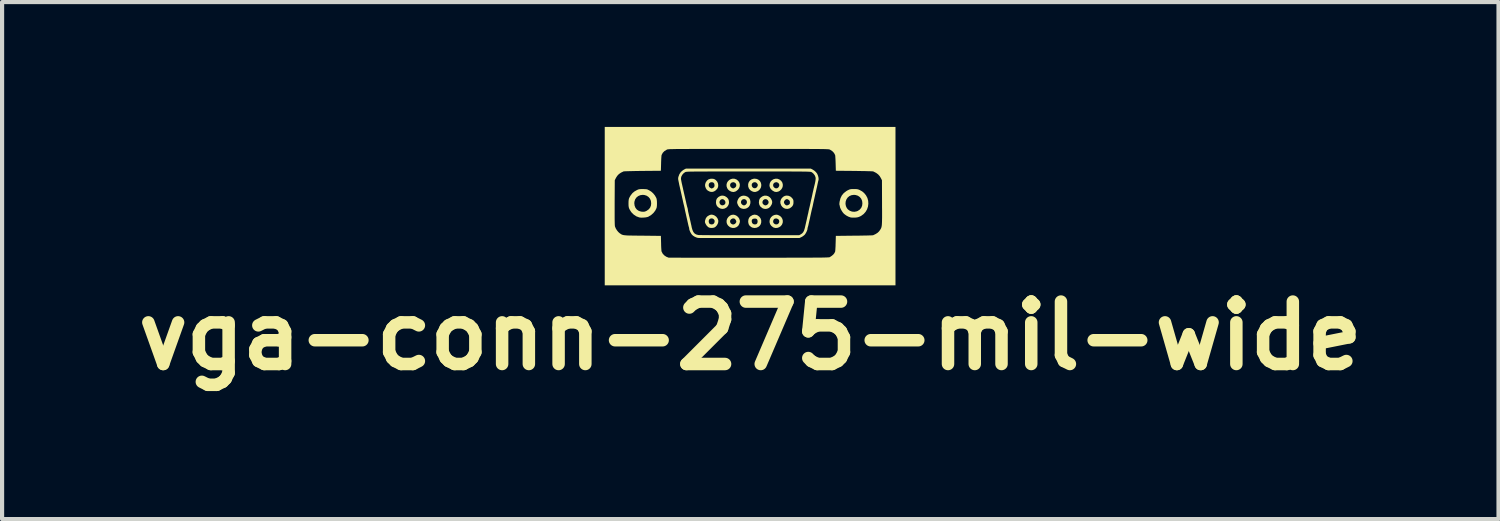
<source format=kicad_pcb>
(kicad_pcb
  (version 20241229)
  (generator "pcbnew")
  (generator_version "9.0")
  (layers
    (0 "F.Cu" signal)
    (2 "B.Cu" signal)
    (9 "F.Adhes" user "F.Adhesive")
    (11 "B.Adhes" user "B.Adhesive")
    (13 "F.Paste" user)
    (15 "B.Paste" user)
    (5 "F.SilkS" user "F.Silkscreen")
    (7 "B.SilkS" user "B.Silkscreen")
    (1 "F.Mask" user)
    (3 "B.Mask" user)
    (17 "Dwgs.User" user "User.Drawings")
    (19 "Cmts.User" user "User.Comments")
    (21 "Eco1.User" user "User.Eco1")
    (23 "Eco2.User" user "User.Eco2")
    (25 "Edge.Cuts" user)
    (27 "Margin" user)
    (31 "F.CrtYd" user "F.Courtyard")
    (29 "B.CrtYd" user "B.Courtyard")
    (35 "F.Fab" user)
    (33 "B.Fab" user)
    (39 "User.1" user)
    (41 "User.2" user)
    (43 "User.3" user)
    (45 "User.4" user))
  (footprint "vga-conn-275-mil-wide"
    (layer "F.Cu")
    (at 14.974 1.903)
    (property "Reference" "vga-conn-275-mil-wide" (at 0.005 3.115 0) (layer "F.SilkS") (effects (font (size 1.5 1.5) (thickness 0.3))))
    (attr board_only exclude_from_pos_files exclude_from_bom)
    (fp_poly (pts (xy 0.667 0.211) (xy 0.714 0.234) (xy 0.751 0.267) (xy 0.775 0.308) (xy 0.786 0.353) (xy 0.783 0.4) (xy 0.765 0.445) (xy 0.735 0.482) (xy 0.696 0.508) (xy 0.651 0.523) (xy 0.605 0.525) (xy 0.562 0.513) (xy 0.55 0.506) (xy 0.507 0.472) (xy 0.479 0.431) (xy 0.467 0.384) (xy 0.468 0.364) (xy 0.553 0.364) (xy 0.556 0.392) (xy 0.572 0.416) (xy 0.598 0.434) (xy 0.627 0.44) (xy 0.66 0.434) (xy 0.676 0.423) (xy 0.696 0.394) (xy 0.701 0.363) (xy 0.693 0.334) (xy 0.673 0.312) (xy 0.643 0.298) (xy 0.623 0.296) (xy 0.591 0.301) (xy 0.569 0.318) (xy 0.556 0.348) (xy 0.553 0.364) (xy 0.468 0.364) (xy 0.471 0.334) (xy 0.481 0.302) (xy 0.506 0.263) (xy 0.541 0.232) (xy 0.583 0.213) (xy 0.627 0.205)) (stroke (width 0) (type solid)) (fill yes) (layer "F.SilkS"))
    (fp_poly (pts (xy -0.606 -0.241) (xy -0.561 -0.212) (xy -0.549 -0.2) (xy -0.527 -0.174) (xy -0.514 -0.143) (xy -0.508 -0.102) (xy -0.508 -0.075) (xy -0.514 -0.046) (xy -0.529 -0.013) (xy -0.551 0.017) (xy -0.566 0.032) (xy -0.61 0.057) (xy -0.657 0.067) (xy -0.705 0.061) (xy -0.745 0.043) (xy -0.784 0.012) (xy -0.809 -0.026) (xy -0.82 -0.073) (xy -0.82 -0.089) (xy -0.737 -0.089) (xy -0.727 -0.057) (xy -0.714 -0.039) (xy -0.686 -0.021) (xy -0.656 -0.019) (xy -0.627 -0.029) (xy -0.603 -0.05) (xy -0.593 -0.077) (xy -0.595 -0.108) (xy -0.611 -0.138) (xy -0.617 -0.144) (xy -0.646 -0.165) (xy -0.676 -0.168) (xy -0.706 -0.155) (xy -0.713 -0.148) (xy -0.732 -0.121) (xy -0.737 -0.089) (xy -0.82 -0.089) (xy -0.82 -0.095) (xy -0.815 -0.143) (xy -0.798 -0.182) (xy -0.766 -0.215) (xy -0.746 -0.229) (xy -0.7 -0.25) (xy -0.653 -0.253)) (stroke (width 0) (type solid)) (fill yes) (layer "F.SilkS"))
    (fp_poly (pts (xy -0.363 0.213) (xy -0.323 0.233) (xy -0.289 0.262) (xy -0.263 0.299) (xy -0.248 0.341) (xy -0.245 0.367) (xy -0.25 0.396) (xy -0.262 0.431) (xy -0.279 0.463) (xy -0.292 0.479) (xy -0.332 0.508) (xy -0.378 0.523) (xy -0.427 0.524) (xy -0.474 0.51) (xy -0.491 0.5) (xy -0.53 0.467) (xy -0.555 0.428) (xy -0.566 0.384) (xy -0.565 0.372) (xy -0.482 0.372) (xy -0.472 0.402) (xy -0.46 0.418) (xy -0.43 0.437) (xy -0.399 0.441) (xy -0.368 0.429) (xy -0.352 0.414) (xy -0.336 0.392) (xy -0.331 0.374) (xy -0.336 0.352) (xy -0.344 0.335) (xy -0.365 0.307) (xy -0.392 0.295) (xy -0.426 0.298) (xy -0.429 0.299) (xy -0.459 0.317) (xy -0.478 0.343) (xy -0.482 0.372) (xy -0.565 0.372) (xy -0.564 0.34) (xy -0.549 0.298) (xy -0.522 0.26) (xy -0.484 0.228) (xy -0.446 0.211) (xy -0.405 0.205)) (stroke (width 0) (type solid)) (fill yes) (layer "F.SilkS"))
    (fp_poly (pts (xy 0.16 -0.653) (xy 0.201 -0.634) (xy 0.233 -0.605) (xy 0.255 -0.569) (xy 0.267 -0.528) (xy 0.268 -0.486) (xy 0.258 -0.444) (xy 0.236 -0.406) (xy 0.202 -0.373) (xy 0.174 -0.356) (xy 0.129 -0.341) (xy 0.088 -0.342) (xy 0.044 -0.357) (xy 0.001 -0.386) (xy -0.03 -0.426) (xy -0.046 -0.473) (xy -0.047 -0.521) (xy 0.039 -0.521) (xy 0.04 -0.488) (xy 0.047 -0.47) (xy 0.067 -0.444) (xy 0.094 -0.431) (xy 0.123 -0.43) (xy 0.15 -0.442) (xy 0.171 -0.466) (xy 0.173 -0.469) (xy 0.184 -0.497) (xy 0.184 -0.518) (xy 0.173 -0.539) (xy 0.164 -0.549) (xy 0.144 -0.568) (xy 0.122 -0.574) (xy 0.111 -0.575) (xy 0.076 -0.568) (xy 0.052 -0.549) (xy 0.039 -0.521) (xy -0.047 -0.521) (xy -0.047 -0.526) (xy -0.047 -0.53) (xy -0.032 -0.577) (xy -0.004 -0.616) (xy 0.035 -0.643) (xy 0.083 -0.658) (xy 0.11 -0.66)) (stroke (width 0) (type solid)) (fill yes) (layer "F.SilkS"))
    (fp_poly (pts (xy 0.431 -0.24) (xy 0.47 -0.215) (xy 0.501 -0.18) (xy 0.523 -0.136) (xy 0.53 -0.107) (xy 0.53 -0.08) (xy 0.521 -0.048) (xy 0.513 -0.031) (xy 0.485 0.013) (xy 0.449 0.045) (xy 0.406 0.063) (xy 0.36 0.068) (xy 0.314 0.058) (xy 0.291 0.047) (xy 0.25 0.014) (xy 0.223 -0.028) (xy 0.212 -0.076) (xy 0.211 -0.088) (xy 0.212 -0.092) (xy 0.296 -0.092) (xy 0.3 -0.067) (xy 0.313 -0.047) (xy 0.322 -0.039) (xy 0.35 -0.021) (xy 0.376 -0.018) (xy 0.405 -0.029) (xy 0.43 -0.051) (xy 0.444 -0.079) (xy 0.442 -0.111) (xy 0.44 -0.118) (xy 0.421 -0.147) (xy 0.395 -0.164) (xy 0.366 -0.168) (xy 0.339 -0.162) (xy 0.315 -0.144) (xy 0.3 -0.117) (xy 0.296 -0.092) (xy 0.212 -0.092) (xy 0.216 -0.138) (xy 0.23 -0.177) (xy 0.257 -0.208) (xy 0.298 -0.236) (xy 0.342 -0.252) (xy 0.387 -0.252)) (stroke (width 0) (type solid)) (fill yes) (layer "F.SilkS"))
    (fp_poly (pts (xy 0.151 0.211) (xy 0.178 0.222) (xy 0.221 0.254) (xy 0.251 0.294) (xy 0.267 0.34) (xy 0.267 0.391) (xy 0.267 0.392) (xy 0.254 0.437) (xy 0.23 0.473) (xy 0.197 0.5) (xy 0.15 0.52) (xy 0.1 0.525) (xy 0.051 0.515) (xy 0.028 0.503) (xy -0.011 0.472) (xy -0.035 0.434) (xy -0.045 0.386) (xy -0.046 0.368) (xy -0.046 0.368) (xy 0.039 0.368) (xy 0.046 0.398) (xy 0.059 0.418) (xy 0.085 0.435) (xy 0.118 0.44) (xy 0.15 0.433) (xy 0.152 0.432) (xy 0.17 0.413) (xy 0.179 0.386) (xy 0.18 0.356) (xy 0.172 0.327) (xy 0.156 0.307) (xy 0.155 0.307) (xy 0.13 0.299) (xy 0.099 0.299) (xy 0.07 0.306) (xy 0.052 0.317) (xy 0.04 0.339) (xy 0.039 0.368) (xy -0.046 0.368) (xy -0.04 0.317) (xy -0.023 0.278) (xy 0.006 0.246) (xy 0.011 0.243) (xy 0.058 0.215) (xy 0.105 0.204)) (stroke (width 0) (type solid)) (fill yes) (layer "F.SilkS"))
    (fp_poly (pts (xy -0.375 -0.658) (xy -0.33 -0.641) (xy -0.321 -0.636) (xy -0.283 -0.603) (xy -0.258 -0.563) (xy -0.247 -0.52) (xy -0.25 -0.476) (xy -0.265 -0.433) (xy -0.293 -0.394) (xy -0.333 -0.362) (xy -0.358 -0.349) (xy -0.4 -0.339) (xy -0.445 -0.346) (xy -0.469 -0.356) (xy -0.505 -0.377) (xy -0.531 -0.401) (xy -0.551 -0.433) (xy -0.566 -0.479) (xy -0.566 -0.498) (xy -0.481 -0.498) (xy -0.473 -0.47) (xy -0.453 -0.446) (xy -0.433 -0.435) (xy -0.417 -0.427) (xy -0.409 -0.424) (xy -0.402 -0.426) (xy -0.384 -0.433) (xy -0.379 -0.435) (xy -0.351 -0.454) (xy -0.336 -0.48) (xy -0.332 -0.508) (xy -0.34 -0.536) (xy -0.358 -0.558) (xy -0.385 -0.572) (xy -0.406 -0.575) (xy -0.44 -0.568) (xy -0.464 -0.551) (xy -0.478 -0.526) (xy -0.481 -0.498) (xy -0.566 -0.498) (xy -0.566 -0.523) (xy -0.554 -0.564) (xy -0.531 -0.6) (xy -0.499 -0.629) (xy -0.461 -0.65) (xy -0.419 -0.66)) (stroke (width 0) (type solid)) (fill yes) (layer "F.SilkS"))
    (fp_poly (pts (xy 0.655 -0.658) (xy 0.701 -0.642) (xy 0.707 -0.638) (xy 0.747 -0.607) (xy 0.773 -0.568) (xy 0.785 -0.525) (xy 0.785 -0.481) (xy 0.772 -0.438) (xy 0.746 -0.399) (xy 0.709 -0.366) (xy 0.678 -0.35) (xy 0.636 -0.34) (xy 0.595 -0.344) (xy 0.577 -0.351) (xy 0.53 -0.379) (xy 0.494 -0.416) (xy 0.472 -0.459) (xy 0.467 -0.488) (xy 0.554 -0.488) (xy 0.559 -0.473) (xy 0.573 -0.453) (xy 0.595 -0.436) (xy 0.619 -0.427) (xy 0.633 -0.428) (xy 0.649 -0.431) (xy 0.652 -0.431) (xy 0.663 -0.437) (xy 0.679 -0.451) (xy 0.681 -0.454) (xy 0.698 -0.482) (xy 0.701 -0.513) (xy 0.691 -0.54) (xy 0.67 -0.562) (xy 0.64 -0.574) (xy 0.626 -0.575) (xy 0.593 -0.568) (xy 0.568 -0.549) (xy 0.554 -0.521) (xy 0.554 -0.488) (xy 0.467 -0.488) (xy 0.465 -0.502) (xy 0.473 -0.55) (xy 0.494 -0.591) (xy 0.525 -0.624) (xy 0.564 -0.647) (xy 0.609 -0.659)) (stroke (width 0) (type solid)) (fill yes) (layer "F.SilkS"))
    (fp_poly (pts (xy -0.12 -0.249) (xy -0.07 -0.231) (xy -0.048 -0.217) (xy -0.019 -0.188) (xy 0.000198 -0.149) (xy 0.008 -0.104) (xy 0.004 -0.059) (xy -0.011 -0.015) (xy -0.038 0.022) (xy -0.038 0.022) (xy -0.076 0.049) (xy -0.121 0.064) (xy -0.168 0.066) (xy -0.213 0.054) (xy -0.221 0.051) (xy -0.256 0.026) (xy -0.283 -0.009) (xy -0.301 -0.048) (xy -0.31 -0.075) (xy -0.311 -0.088) (xy -0.22 -0.088) (xy -0.211 -0.059) (xy -0.194 -0.039) (xy -0.172 -0.025) (xy -0.151 -0.017) (xy -0.148 -0.017) (xy -0.129 -0.022) (xy -0.106 -0.035) (xy -0.102 -0.039) (xy -0.082 -0.065) (xy -0.076 -0.094) (xy -0.081 -0.124) (xy -0.097 -0.148) (xy -0.123 -0.165) (xy -0.148 -0.169) (xy -0.18 -0.162) (xy -0.203 -0.143) (xy -0.217 -0.117) (xy -0.22 -0.088) (xy -0.311 -0.088) (xy -0.311 -0.098) (xy -0.306 -0.125) (xy -0.306 -0.126) (xy -0.284 -0.176) (xy -0.253 -0.215) (xy -0.214 -0.24) (xy -0.169 -0.252)) (stroke (width 0) (type solid)) (fill yes) (layer "F.SilkS"))
    (fp_poly (pts (xy -0.89 -0.657) (xy -0.862 -0.65) (xy -0.835 -0.634) (xy -0.819 -0.621) (xy -0.791 -0.589) (xy -0.773 -0.548) (xy -0.766 -0.504) (xy -0.77 -0.46) (xy -0.787 -0.422) (xy -0.787 -0.422) (xy -0.825 -0.38) (xy -0.867 -0.353) (xy -0.911 -0.341) (xy -0.957 -0.345) (xy -0.985 -0.356) (xy -1.021 -0.376) (xy -1.045 -0.399) (xy -1.064 -0.43) (xy -1.067 -0.437) (xy -1.082 -0.483) (xy -1.081 -0.522) (xy -0.994 -0.522) (xy -0.994 -0.485) (xy -0.98 -0.456) (xy -0.954 -0.436) (xy -0.954 -0.436) (xy -0.935 -0.428) (xy -0.925 -0.423) (xy -0.924 -0.423) (xy -0.916 -0.426) (xy -0.899 -0.433) (xy -0.899 -0.433) (xy -0.872 -0.45) (xy -0.858 -0.473) (xy -0.855 -0.503) (xy -0.861 -0.538) (xy -0.879 -0.562) (xy -0.908 -0.574) (xy -0.922 -0.575) (xy -0.957 -0.569) (xy -0.982 -0.55) (xy -0.994 -0.522) (xy -1.081 -0.522) (xy -1.081 -0.526) (xy -1.066 -0.571) (xy -1.065 -0.572) (xy -1.036 -0.615) (xy -0.999 -0.643) (xy -0.954 -0.657) (xy -0.926 -0.659)) (stroke (width 0) (type solid)) (fill yes) (layer "F.SilkS"))
    (fp_poly (pts (xy -0.879 0.214) (xy -0.856 0.224) (xy -0.815 0.253) (xy -0.784 0.293) (xy -0.765 0.341) (xy -0.765 0.344) (xy -0.765 0.383) (xy -0.778 0.425) (xy -0.801 0.464) (xy -0.832 0.497) (xy -0.855 0.512) (xy -0.877 0.519) (xy -0.907 0.523) (xy -0.928 0.524) (xy -0.962 0.522) (xy -0.989 0.514) (xy -1.011 0.501) (xy -1.045 0.467) (xy -1.067 0.431) (xy -1.08 0.404) (xy -1.085 0.384) (xy -1.085 0.365) (xy -1.085 0.365) (xy -0.995 0.365) (xy -0.99 0.395) (xy -0.978 0.42) (xy -0.97 0.427) (xy -0.942 0.438) (xy -0.911 0.439) (xy -0.883 0.429) (xy -0.874 0.421) (xy -0.855 0.389) (xy -0.852 0.356) (xy -0.859 0.334) (xy -0.879 0.31) (xy -0.905 0.297) (xy -0.935 0.295) (xy -0.963 0.304) (xy -0.984 0.323) (xy -0.99 0.336) (xy -0.995 0.365) (xy -1.085 0.365) (xy -1.08 0.338) (xy -1.079 0.335) (xy -1.061 0.286) (xy -1.031 0.249) (xy -0.987 0.221) (xy -0.983 0.219) (xy -0.946 0.206) (xy -0.914 0.205)) (stroke (width 0) (type solid)) (fill yes) (layer "F.SilkS"))
    (fp_poly (pts (xy 0.93 -0.247) (xy 0.973 -0.227) (xy 1.01 -0.192) (xy 1.011 -0.191) (xy 1.028 -0.168) (xy 1.037 -0.149) (xy 1.041 -0.127) (xy 1.042 -0.099) (xy 1.04 -0.058) (xy 1.031 -0.026) (xy 1.014 0.001) (xy 0.995 0.021) (xy 0.953 0.052) (xy 0.906 0.066) (xy 0.857 0.064) (xy 0.815 0.05) (xy 0.777 0.022) (xy 0.747 -0.017) (xy 0.729 -0.066) (xy 0.728 -0.067) (xy 0.727 -0.093) (xy 0.812 -0.093) (xy 0.819 -0.068) (xy 0.836 -0.043) (xy 0.858 -0.024) (xy 0.881 -0.017) (xy 0.901 -0.021) (xy 0.925 -0.032) (xy 0.928 -0.034) (xy 0.946 -0.047) (xy 0.954 -0.061) (xy 0.956 -0.085) (xy 0.956 -0.088) (xy 0.954 -0.115) (xy 0.945 -0.133) (xy 0.93 -0.147) (xy 0.908 -0.162) (xy 0.886 -0.169) (xy 0.883 -0.169) (xy 0.858 -0.162) (xy 0.835 -0.143) (xy 0.818 -0.118) (xy 0.812 -0.093) (xy 0.727 -0.093) (xy 0.726 -0.113) (xy 0.739 -0.156) (xy 0.763 -0.195) (xy 0.797 -0.226) (xy 0.837 -0.247) (xy 0.88 -0.254)) (stroke (width 0) (type solid)) (fill yes) (layer "F.SilkS"))
    (fp_poly (pts (xy 2.537 -0.41) (xy 2.567 -0.408) (xy 2.591 -0.403) (xy 2.613 -0.396) (xy 2.633 -0.387) (xy 2.693 -0.354) (xy 2.741 -0.313) (xy 2.782 -0.263) (xy 2.783 -0.262) (xy 2.818 -0.197) (xy 2.837 -0.128) (xy 2.841 -0.058) (xy 2.832 0.011) (xy 2.81 0.077) (xy 2.775 0.137) (xy 2.728 0.19) (xy 2.669 0.233) (xy 2.643 0.247) (xy 2.609 0.261) (xy 2.579 0.269) (xy 2.544 0.274) (xy 2.514 0.276) (xy 2.476 0.276) (xy 2.442 0.275) (xy 2.417 0.272) (xy 2.413 0.271) (xy 2.362 0.253) (xy 2.31 0.225) (xy 2.264 0.191) (xy 2.248 0.176) (xy 2.224 0.147) (xy 2.201 0.112) (xy 2.18 0.075) (xy 2.165 0.041) (xy 2.157 0.014) (xy 2.157 0.009) (xy 2.153 -0.014) (xy 2.148 -0.025) (xy 2.145 -0.043) (xy 2.145 -0.054) (xy 2.292 -0.054) (xy 2.302 -0.001) (xy 2.324 0.047) (xy 2.35 0.079) (xy 2.396 0.112) (xy 2.448 0.131) (xy 2.504 0.136) (xy 2.559 0.126) (xy 2.587 0.115) (xy 2.636 0.082) (xy 2.671 0.039) (xy 2.692 -0.013) (xy 2.698 -0.069) (xy 2.691 -0.127) (xy 2.669 -0.178) (xy 2.635 -0.219) (xy 2.59 -0.25) (xy 2.536 -0.267) (xy 2.495 -0.271) (xy 2.436 -0.263) (xy 2.385 -0.241) (xy 2.343 -0.205) (xy 2.313 -0.16) (xy 2.296 -0.109) (xy 2.292 -0.054) (xy 2.145 -0.054) (xy 2.146 -0.074) (xy 2.151 -0.112) (xy 2.171 -0.19) (xy 2.204 -0.257) (xy 2.251 -0.314) (xy 2.312 -0.361) (xy 2.346 -0.381) (xy 2.374 -0.394) (xy 2.396 -0.403) (xy 2.418 -0.407) (xy 2.445 -0.41) (xy 2.482 -0.41) (xy 2.494 -0.41)) (stroke (width 0) (type solid)) (fill yes) (layer "F.SilkS"))
    (fp_poly (pts (xy -2.54 -0.409) (xy -2.505 -0.407) (xy -2.479 -0.404) (xy -2.469 -0.401) (xy -2.445 -0.389) (xy -2.428 -0.381) (xy -2.377 -0.35) (xy -2.328 -0.306) (xy -2.287 -0.255) (xy -2.256 -0.2) (xy -2.249 -0.182) (xy -2.243 -0.152) (xy -2.239 -0.111) (xy -2.238 -0.065) (xy -2.239 -0.019) (xy -2.243 0.021) (xy -2.249 0.047) (xy -2.278 0.106) (xy -2.32 0.161) (xy -2.375 0.211) (xy -2.44 0.251) (xy -2.442 0.253) (xy -2.472 0.263) (xy -2.513 0.271) (xy -2.56 0.275) (xy -2.606 0.277) (xy -2.647 0.274) (xy -2.667 0.27) (xy -2.734 0.245) (xy -2.795 0.205) (xy -2.848 0.153) (xy -2.866 0.128) (xy -2.89 0.09) (xy -2.906 0.058) (xy -2.916 0.027) (xy -2.921 -0.01) (xy -2.922 -0.056) (xy -2.922 -0.068) (xy -2.922 -0.069) (xy -2.783 -0.069) (xy -2.775 -0.009) (xy -2.754 0.042) (xy -2.72 0.084) (xy -2.675 0.114) (xy -2.621 0.131) (xy -2.581 0.135) (xy -2.545 0.134) (xy -2.518 0.127) (xy -2.489 0.114) (xy -2.482 0.11) (xy -2.434 0.075) (xy -2.401 0.033) (xy -2.382 -0.017) (xy -2.377 -0.068) (xy -2.384 -0.127) (xy -2.406 -0.178) (xy -2.44 -0.219) (xy -2.485 -0.25) (xy -2.539 -0.267) (xy -2.58 -0.271) (xy -2.639 -0.263) (xy -2.69 -0.241) (xy -2.731 -0.208) (xy -2.762 -0.163) (xy -2.779 -0.11) (xy -2.783 -0.069) (xy -2.922 -0.069) (xy -2.921 -0.117) (xy -2.917 -0.155) (xy -2.909 -0.187) (xy -2.894 -0.218) (xy -2.872 -0.255) (xy -2.866 -0.263) (xy -2.826 -0.314) (xy -2.777 -0.354) (xy -2.718 -0.387) (xy -2.693 -0.398) (xy -2.671 -0.405) (xy -2.646 -0.408) (xy -2.614 -0.41) (xy -2.579 -0.41)) (stroke (width 0) (type solid)) (fill yes) (layer "F.SilkS"))
    (fp_poly (pts (xy 3.493 0) (xy 3.493 1.903) (xy 0 1.903) (xy -3.493 1.903) (xy -3.493 0.137) (xy -3.255 0.137) (xy -3.255 0.225) (xy -3.255 0.299) (xy -3.254 0.359) (xy -3.253 0.407) (xy -3.252 0.443) (xy -3.25 0.469) (xy -3.248 0.486) (xy -3.247 0.489) (xy -3.229 0.534) (xy -3.201 0.58) (xy -3.167 0.622) (xy -3.133 0.652) (xy -3.116 0.663) (xy -3.101 0.673) (xy -3.086 0.682) (xy -3.07 0.688) (xy -3.051 0.694) (xy -3.027 0.698) (xy -2.998 0.701) (xy -2.962 0.704) (xy -2.916 0.706) (xy -2.86 0.707) (xy -2.792 0.708) (xy -2.711 0.709) (xy -2.615 0.71) (xy -2.584 0.71) (xy -2.144 0.715) (xy -2.139 0.892) (xy -2.138 0.947) (xy -2.136 0.996) (xy -2.133 1.039) (xy -2.131 1.07) (xy -2.128 1.089) (xy -2.127 1.091) (xy -2.102 1.14) (xy -2.064 1.182) (xy -2.016 1.215) (xy -1.962 1.237) (xy -1.958 1.238) (xy -1.948 1.238) (xy -1.922 1.238) (xy -1.881 1.239) (xy -1.824 1.239) (xy -1.754 1.239) (xy -1.671 1.239) (xy -1.576 1.24) (xy -1.469 1.24) (xy -1.351 1.24) (xy -1.223 1.24) (xy -1.086 1.24) (xy -0.94 1.24) (xy -0.787 1.24) (xy -0.626 1.24) (xy -0.459 1.24) (xy -0.287 1.24) (xy -0.11 1.24) (xy -0.025 1.24) (xy 0.189 1.24) (xy 0.388 1.24) (xy 0.571 1.24) (xy 0.738 1.24) (xy 0.892 1.239) (xy 1.032 1.239) (xy 1.158 1.239) (xy 1.272 1.239) (xy 1.374 1.238) (xy 1.465 1.238) (xy 1.546 1.237) (xy 1.616 1.237) (xy 1.677 1.236) (xy 1.729 1.236) (xy 1.773 1.235) (xy 1.81 1.234) (xy 1.84 1.233) (xy 1.864 1.232) (xy 1.882 1.231) (xy 1.896 1.23) (xy 1.905 1.229) (xy 1.91 1.227) (xy 1.912 1.227) (xy 1.961 1.195) (xy 1.997 1.165) (xy 2.022 1.134) (xy 2.04 1.1) (xy 2.043 1.091) (xy 2.045 1.076) (xy 2.048 1.048) (xy 2.05 1.008) (xy 2.053 0.96) (xy 2.054 0.906) (xy 2.055 0.892) (xy 2.06 0.715) (xy 2.499 0.71) (xy 2.585 0.71) (xy 2.665 0.708) (xy 2.739 0.707) (xy 2.805 0.706) (xy 2.861 0.704) (xy 2.905 0.703) (xy 2.937 0.701) (xy 2.954 0.7) (xy 2.956 0.699) (xy 3.015 0.671) (xy 3.061 0.642) (xy 3.096 0.609) (xy 3.117 0.581) (xy 3.128 0.564) (xy 3.137 0.55) (xy 3.145 0.535) (xy 3.151 0.52) (xy 3.157 0.502) (xy 3.161 0.48) (xy 3.165 0.454) (xy 3.167 0.421) (xy 3.169 0.38) (xy 3.17 0.33) (xy 3.171 0.27) (xy 3.171 0.198) (xy 3.171 0.113) (xy 3.17 0.013) (xy 3.17 -0.082) (xy 3.168 -0.622) (xy 3.143 -0.672) (xy 3.113 -0.722) (xy 3.076 -0.763) (xy 3.029 -0.798) (xy 2.969 -0.829) (xy 2.956 -0.834) (xy 2.945 -0.836) (xy 2.918 -0.837) (xy 2.877 -0.839) (xy 2.825 -0.84) (xy 2.762 -0.842) (xy 2.691 -0.843) (xy 2.613 -0.844) (xy 2.529 -0.846) (xy 2.499 -0.846) (xy 2.06 -0.85) (xy 2.055 -1.028) (xy 2.053 -1.082) (xy 2.051 -1.132) (xy 2.048 -1.174) (xy 2.046 -1.206) (xy 2.043 -1.224) (xy 2.043 -1.226) (xy 2.016 -1.278) (xy 1.975 -1.321) (xy 1.92 -1.356) (xy 1.916 -1.358) (xy 1.912 -1.36) (xy 1.907 -1.362) (xy 1.901 -1.363) (xy 1.892 -1.365) (xy 1.881 -1.366) (xy 1.866 -1.367) (xy 1.847 -1.368) (xy 1.824 -1.369) (xy 1.795 -1.37) (xy 1.76 -1.371) (xy 1.718 -1.371) (xy 1.669 -1.372) (xy 1.612 -1.372) (xy 1.546 -1.373) (xy 1.471 -1.373) (xy 1.386 -1.374) (xy 1.29 -1.374) (xy 1.183 -1.374) (xy 1.064 -1.374) (xy 0.932 -1.374) (xy 0.786 -1.374) (xy 0.627 -1.374) (xy 0.453 -1.374) (xy 0.264 -1.374) (xy 0.059 -1.374) (xy -0.042 -1.374) (xy -0.255 -1.374) (xy -0.452 -1.374) (xy -0.632 -1.374) (xy -0.798 -1.374) (xy -0.95 -1.374) (xy -1.088 -1.374) (xy -1.213 -1.374) (xy -1.326 -1.374) (xy -1.427 -1.374) (xy -1.517 -1.373) (xy -1.597 -1.373) (xy -1.667 -1.373) (xy -1.728 -1.372) (xy -1.781 -1.372) (xy -1.826 -1.371) (xy -1.864 -1.37) (xy -1.896 -1.369) (xy -1.922 -1.369) (xy -1.943 -1.368) (xy -1.959 -1.366) (xy -1.972 -1.365) (xy -1.981 -1.364) (xy -1.989 -1.362) (xy -1.994 -1.361) (xy -1.999 -1.359) (xy -2 -1.358) (xy -2.057 -1.324) (xy -2.099 -1.281) (xy -2.126 -1.23) (xy -2.127 -1.226) (xy -2.13 -1.212) (xy -2.132 -1.183) (xy -2.135 -1.143) (xy -2.137 -1.095) (xy -2.139 -1.042) (xy -2.139 -1.028) (xy -2.144 -0.85) (xy -2.584 -0.846) (xy -2.669 -0.845) (xy -2.749 -0.844) (xy -2.823 -0.842) (xy -2.889 -0.841) (xy -2.945 -0.839) (xy -2.99 -0.838) (xy -3.022 -0.836) (xy -3.039 -0.835) (xy -3.041 -0.834) (xy -3.104 -0.804) (xy -3.153 -0.77) (xy -3.191 -0.73) (xy -3.222 -0.682) (xy -3.227 -0.672) (xy -3.252 -0.622) (xy -3.255 -0.085) (xy -3.255 0.034) (xy -3.255 0.137) (xy -3.493 0.137) (xy -3.493 0) (xy -3.493 -1.903) (xy 0 -1.903) (xy 3.493 -1.903)) (stroke (width 0) (type solid)) (fill yes) (layer "F.SilkS"))
    (fp_poly (pts (xy 1.497 -0.882) (xy 1.54 -0.855) (xy 1.579 -0.82) (xy 1.609 -0.782) (xy 1.615 -0.77) (xy 1.632 -0.729) (xy 1.643 -0.686) (xy 1.646 -0.647) (xy 1.643 -0.624) (xy 1.636 -0.6) (xy 1.629 -0.568) (xy 1.624 -0.546) (xy 1.617 -0.512) (xy 1.608 -0.47) (xy 1.599 -0.429) (xy 1.597 -0.423) (xy 1.589 -0.385) (xy 1.581 -0.349) (xy 1.574 -0.322) (xy 1.573 -0.317) (xy 1.559 -0.253) (xy 1.542 -0.178) (xy 1.535 -0.149) (xy 1.527 -0.112) (xy 1.519 -0.076) (xy 1.514 -0.052) (xy 1.508 -0.022) (xy 1.5 0.015) (xy 1.493 0.042) (xy 1.48 0.094) (xy 1.469 0.143) (xy 1.457 0.197) (xy 1.454 0.211) (xy 1.447 0.243) (xy 1.439 0.283) (xy 1.43 0.323) (xy 1.429 0.326) (xy 1.42 0.365) (xy 1.411 0.405) (xy 1.404 0.438) (xy 1.404 0.44) (xy 1.397 0.47) (xy 1.39 0.495) (xy 1.386 0.506) (xy 1.38 0.53) (xy 1.379 0.546) (xy 1.374 0.571) (xy 1.361 0.605) (xy 1.343 0.641) (xy 1.323 0.673) (xy 1.312 0.687) (xy 1.288 0.708) (xy 1.258 0.73) (xy 1.236 0.742) (xy 1.188 0.765) (xy -0.017 0.766) (xy -0.159 0.766) (xy -0.296 0.766) (xy -0.429 0.766) (xy -0.555 0.766) (xy -0.673 0.766) (xy -0.784 0.766) (xy -0.885 0.766) (xy -0.976 0.766) (xy -1.056 0.766) (xy -1.123 0.765) (xy -1.178 0.765) (xy -1.218 0.765) (xy -1.243 0.764) (xy -1.252 0.764) (xy -1.289 0.754) (xy -1.331 0.736) (xy -1.37 0.711) (xy -1.397 0.687) (xy -1.417 0.659) (xy -1.437 0.624) (xy -1.452 0.589) (xy -1.462 0.558) (xy -1.463 0.546) (xy -1.466 0.521) (xy -1.471 0.506) (xy -1.477 0.486) (xy -1.484 0.458) (xy -1.487 0.444) (xy -1.494 0.412) (xy -1.503 0.374) (xy -1.509 0.345) (xy -1.525 0.277) (xy -1.537 0.222) (xy -1.547 0.178) (xy -1.555 0.143) (xy -1.562 0.112) (xy -1.568 0.083) (xy -1.573 0.055) (xy -1.58 0.024) (xy -1.586 -0.004) (xy -1.59 -0.017) (xy -1.595 -0.037) (xy -1.602 -0.066) (xy -1.606 -0.085) (xy -1.614 -0.119) (xy -1.621 -0.153) (xy -1.624 -0.167) (xy -1.632 -0.2) (xy -1.639 -0.235) (xy -1.641 -0.241) (xy -1.648 -0.275) (xy -1.656 -0.309) (xy -1.657 -0.315) (xy -1.663 -0.341) (xy -1.671 -0.376) (xy -1.68 -0.414) (xy -1.682 -0.423) (xy -1.69 -0.459) (xy -1.698 -0.492) (xy -1.703 -0.516) (xy -1.704 -0.52) (xy -1.708 -0.542) (xy -1.714 -0.572) (xy -1.721 -0.604) (xy -1.728 -0.641) (xy -1.729 -0.663) (xy -1.661 -0.663) (xy -1.66 -0.645) (xy -1.656 -0.621) (xy -1.65 -0.589) (xy -1.641 -0.545) (xy -1.633 -0.512) (xy -1.628 -0.488) (xy -1.62 -0.454) (xy -1.611 -0.415) (xy -1.608 -0.398) (xy -1.598 -0.355) (xy -1.588 -0.31) (xy -1.579 -0.272) (xy -1.577 -0.262) (xy -1.565 -0.212) (xy -1.556 -0.171) (xy -1.547 -0.132) (xy -1.537 -0.089) (xy -1.531 -0.059) (xy -1.522 -0.022) (xy -1.514 0.01) (xy -1.507 0.034) (xy -1.505 0.041) (xy -1.499 0.064) (xy -1.497 0.079) (xy -1.495 0.097) (xy -1.489 0.131) (xy -1.478 0.179) (xy -1.464 0.241) (xy -1.454 0.279) (xy -1.449 0.302) (xy -1.441 0.337) (xy -1.431 0.381) (xy -1.421 0.428) (xy -1.41 0.475) (xy -1.403 0.512) (xy -1.385 0.574) (xy -1.363 0.622) (xy -1.334 0.657) (xy -1.297 0.68) (xy -1.25 0.693) (xy -1.243 0.694) (xy -1.23 0.695) (xy -1.202 0.695) (xy -1.158 0.696) (xy -1.1 0.697) (xy -1.03 0.697) (xy -0.947 0.698) (xy -0.854 0.698) (xy -0.75 0.698) (xy -0.638 0.699) (xy -0.518 0.699) (xy -0.39 0.699) (xy -0.257 0.699) (xy -0.119 0.699) (xy -0.013 0.699) (xy 1.18 0.698) (xy 1.215 0.679) (xy 1.249 0.656) (xy 1.276 0.626) (xy 1.296 0.587) (xy 1.312 0.535) (xy 1.319 0.507) (xy 1.326 0.475) (xy 1.333 0.444) (xy 1.336 0.431) (xy 1.341 0.41) (xy 1.348 0.378) (xy 1.357 0.34) (xy 1.362 0.317) (xy 1.37 0.278) (xy 1.379 0.241) (xy 1.385 0.213) (xy 1.387 0.203) (xy 1.394 0.177) (xy 1.401 0.144) (xy 1.404 0.127) (xy 1.411 0.094) (xy 1.418 0.064) (xy 1.421 0.051) (xy 1.431 0.01) (xy 1.443 -0.044) (xy 1.454 -0.095) (xy 1.461 -0.128) (xy 1.469 -0.163) (xy 1.471 -0.169) (xy 1.477 -0.195) (xy 1.485 -0.231) (xy 1.494 -0.271) (xy 1.497 -0.288) (xy 1.509 -0.343) (xy 1.519 -0.384) (xy 1.525 -0.415) (xy 1.531 -0.437) (xy 1.535 -0.454) (xy 1.538 -0.469) (xy 1.54 -0.474) (xy 1.556 -0.54) (xy 1.567 -0.592) (xy 1.573 -0.633) (xy 1.575 -0.666) (xy 1.572 -0.692) (xy 1.571 -0.696) (xy 1.554 -0.739) (xy 1.524 -0.779) (xy 1.488 -0.81) (xy 1.473 -0.818) (xy 1.469 -0.82) (xy 1.463 -0.822) (xy 1.454 -0.823) (xy 1.443 -0.825) (xy 1.428 -0.826) (xy 1.409 -0.827) (xy 1.385 -0.828) (xy 1.354 -0.829) (xy 1.317 -0.83) (xy 1.272 -0.83) (xy 1.219 -0.831) (xy 1.157 -0.832) (xy 1.086 -0.832) (xy 1.004 -0.832) (xy 0.911 -0.833) (xy 0.806 -0.833) (xy 0.688 -0.833) (xy 0.556 -0.833) (xy 0.411 -0.833) (xy 0.25 -0.833) (xy 0.074 -0.833) (xy -0.042 -0.833) (xy -0.229 -0.833) (xy -0.399 -0.833) (xy -0.553 -0.833) (xy -0.693 -0.833) (xy -0.819 -0.833) (xy -0.932 -0.833) (xy -1.033 -0.832) (xy -1.121 -0.832) (xy -1.199 -0.832) (xy -1.267 -0.831) (xy -1.325 -0.831) (xy -1.375 -0.83) (xy -1.417 -0.83) (xy -1.451 -0.829) (xy -1.479 -0.828) (xy -1.502 -0.827) (xy -1.519 -0.826) (xy -1.533 -0.824) (xy -1.543 -0.823) (xy -1.55 -0.821) (xy -1.555 -0.819) (xy -1.558 -0.818) (xy -1.595 -0.793) (xy -1.627 -0.757) (xy -1.65 -0.716) (xy -1.657 -0.695) (xy -1.659 -0.679) (xy -1.661 -0.663) (xy -1.729 -0.663) (xy -1.729 -0.67) (xy -1.725 -0.697) (xy -1.724 -0.701) (xy -1.7 -0.766) (xy -1.664 -0.82) (xy -1.614 -0.863) (xy -1.582 -0.882) (xy -1.544 -0.901) (xy -0.042 -0.901) (xy 1.459 -0.901)) (stroke (width 0) (type solid)) (fill yes) (layer "F.SilkS")))
  (gr_rect
    (start -3 -3)
    (end 32.957 9.422)
    (stroke (width 0.1) (type default))
    (fill no)
    (layer "Edge.Cuts")))
</source>
